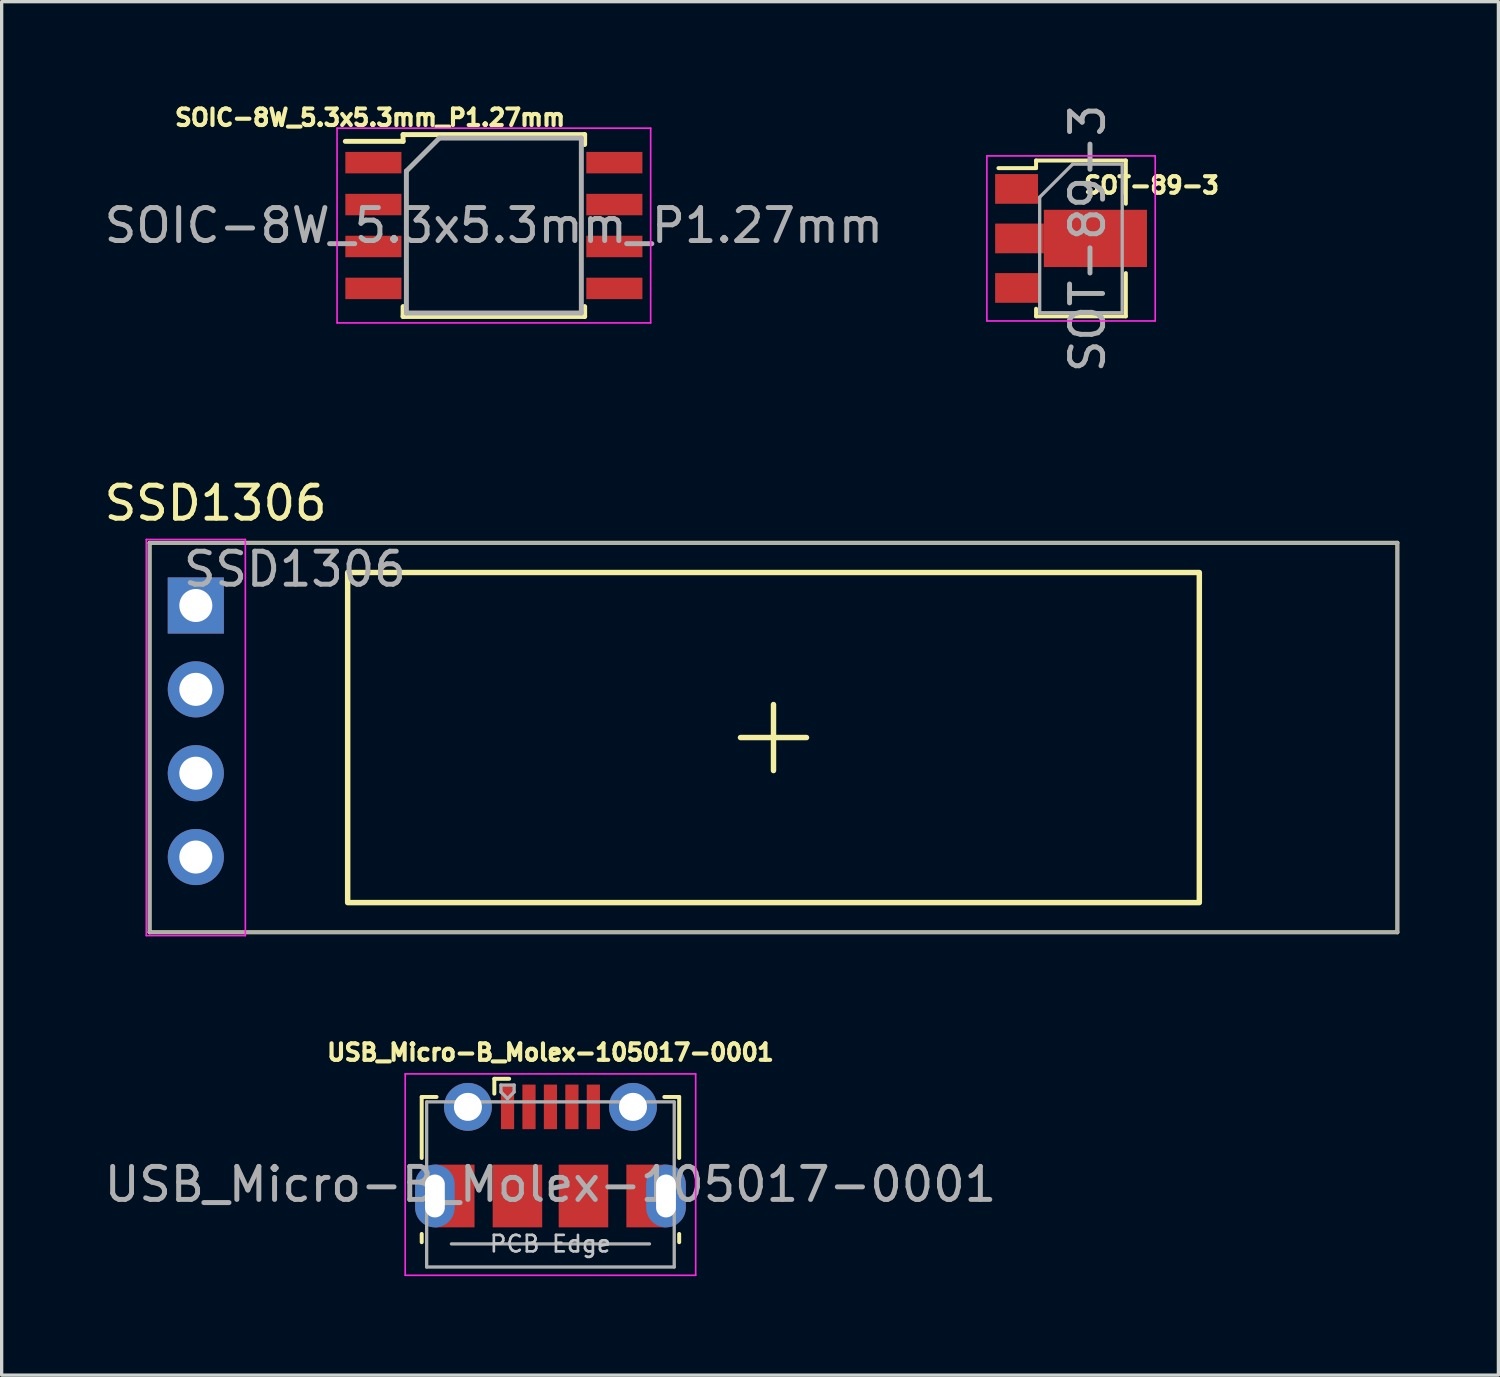
<source format=kicad_pcb>
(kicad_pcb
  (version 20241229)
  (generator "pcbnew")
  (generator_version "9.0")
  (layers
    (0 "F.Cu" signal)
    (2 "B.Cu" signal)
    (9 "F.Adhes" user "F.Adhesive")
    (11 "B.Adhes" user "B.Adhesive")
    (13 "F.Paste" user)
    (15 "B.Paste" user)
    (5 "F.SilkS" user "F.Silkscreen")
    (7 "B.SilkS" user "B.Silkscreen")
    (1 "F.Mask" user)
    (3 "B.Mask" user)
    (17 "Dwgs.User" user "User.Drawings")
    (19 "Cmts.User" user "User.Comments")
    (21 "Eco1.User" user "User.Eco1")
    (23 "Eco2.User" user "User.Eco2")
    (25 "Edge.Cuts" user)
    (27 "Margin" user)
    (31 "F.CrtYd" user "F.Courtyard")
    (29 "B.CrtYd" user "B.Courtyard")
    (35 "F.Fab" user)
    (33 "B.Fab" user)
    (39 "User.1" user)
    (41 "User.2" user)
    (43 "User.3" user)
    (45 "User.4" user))
  (footprint "SSD1306"
    (layer "F.Cu")
    (at 2.882 15.293)
    (property "Reference" "SSD1306" (at 0.6 -3.1 0) (layer "F.SilkS") (effects (font (size 1 1) (thickness 0.15))))
    (attr through_hole)
    (fp_line (start -1.4 -1.9) (end 36.4 -1.9) (stroke (width 0.12) (type solid)) (layer "F.SilkS"))
    (fp_line (start -1.4 9.9) (end -1.4 -1.9) (stroke (width 0.12) (type solid)) (layer "F.SilkS"))
    (fp_line (start -1.4 9.9) (end 36.4 9.9) (stroke (width 0.12) (type solid)) (layer "F.SilkS"))
    (fp_line (start 16.5 4) (end 18.5 4) (stroke (width 0.165) (type solid)) (layer "F.SilkS"))
    (fp_line (start 17.5 5) (end 17.5 3) (stroke (width 0.165) (type solid)) (layer "F.SilkS"))
    (fp_line (start 36.4 -1.9) (end 36.4 9.9) (stroke (width 0.12) (type solid)) (layer "F.SilkS"))
    (fp_rect (start 4.6 9) (end 30.4 -1) (stroke (width 0.165) (type solid)) (fill no) (layer "F.SilkS"))
    (fp_line (start -1.5 -2) (end -1.5 10) (stroke (width 0.05) (type solid)) (layer "F.CrtYd"))
    (fp_line (start -1.5 10) (end 1.5 10) (stroke (width 0.05) (type solid)) (layer "F.CrtYd"))
    (fp_line (start 1.5 -2) (end -1.5 -2) (stroke (width 0.05) (type solid)) (layer "F.CrtYd"))
    (fp_line (start 1.5 10) (end 1.5 -2) (stroke (width 0.05) (type solid)) (layer "F.CrtYd"))
    (fp_line (start -1.4 -1.9) (end 36.4 -1.9) (stroke (width 0.1) (type solid)) (layer "F.Fab"))
    (fp_line (start -1.4 9.9) (end -1.4 -1.9) (stroke (width 0.1) (type solid)) (layer "F.Fab"))
    (fp_line (start 36.4 -1.9) (end 36.4 9.9) (stroke (width 0.1) (type solid)) (layer "F.Fab"))
    (fp_line (start 36.4 9.9) (end -1.4 9.9) (stroke (width 0.1) (type solid)) (layer "F.Fab"))
    (fp_text user "${REFERENCE}" (at 3 -1.1 0) (layer "F.Fab") (effects (font (size 1 1) (thickness 0.15))))
    (pad "1" thru_hole rect (at 0 0) (size 1.7 1.7) (drill 1) (layers "*.Cu" "*.Mask"))
    (pad "2" thru_hole oval (at 0 2.54) (size 1.7 1.7) (drill 1) (layers "*.Cu" "*.Mask"))
    (pad "3" thru_hole oval (at 0 5.08) (size 1.7 1.7) (drill 1) (layers "*.Cu" "*.Mask"))
    (pad "4" thru_hole oval (at 0 7.62) (size 1.7 1.7) (drill 1) (layers "*.Cu" "*.Mask")))
  (footprint "SOIC-8W_5.3x5.3mm_P1.27mm"
    (layer "F.Cu")
    (at 11.911 3.782)
    (property "Reference" "SOIC-8W_5.3x5.3mm_P1.27mm" (at -3.75 -3.27 0) (unlocked yes) (layer "F.SilkS") (effects (font (size 0.5 0.5) (thickness 0.125))))
    (attr smd)
    (fp_line (start -2.75 -2.755) (end -2.75 -2.55) (stroke (width 0.15) (type solid)) (layer "F.SilkS"))
    (fp_line (start -2.75 -2.755) (end 2.75 -2.755) (stroke (width 0.15) (type solid)) (layer "F.SilkS"))
    (fp_line (start -2.75 -2.55) (end -4.5 -2.55) (stroke (width 0.15) (type solid)) (layer "F.SilkS"))
    (fp_line (start -2.75 2.755) (end -2.75 2.455) (stroke (width 0.15) (type solid)) (layer "F.SilkS"))
    (fp_line (start -2.75 2.755) (end 2.75 2.755) (stroke (width 0.15) (type solid)) (layer "F.SilkS"))
    (fp_line (start 2.75 -2.755) (end 2.75 -2.455) (stroke (width 0.15) (type solid)) (layer "F.SilkS"))
    (fp_line (start 2.75 2.755) (end 2.75 2.455) (stroke (width 0.15) (type solid)) (layer "F.SilkS"))
    (fp_line (start -4.75 -2.95) (end -4.75 2.95) (stroke (width 0.05) (type solid)) (layer "F.CrtYd"))
    (fp_line (start -4.75 -2.95) (end 4.75 -2.95) (stroke (width 0.05) (type solid)) (layer "F.CrtYd"))
    (fp_line (start -4.75 2.95) (end 4.75 2.95) (stroke (width 0.05) (type solid)) (layer "F.CrtYd"))
    (fp_line (start 4.75 -2.95) (end 4.75 2.95) (stroke (width 0.05) (type solid)) (layer "F.CrtYd"))
    (fp_line (start -2.65 -1.65) (end -1.65 -2.65) (stroke (width 0.15) (type solid)) (layer "F.Fab"))
    (fp_line (start -2.65 2.65) (end -2.65 -1.65) (stroke (width 0.15) (type solid)) (layer "F.Fab"))
    (fp_line (start -1.65 -2.65) (end 2.65 -2.65) (stroke (width 0.15) (type solid)) (layer "F.Fab"))
    (fp_line (start 2.65 -2.65) (end 2.65 2.65) (stroke (width 0.15) (type solid)) (layer "F.Fab"))
    (fp_line (start 2.65 2.65) (end -2.65 2.65) (stroke (width 0.15) (type solid)) (layer "F.Fab"))
    (fp_text user "${REFERENCE}" (at 0 0 0) (layer "F.Fab") (effects (font (size 1 1) (thickness 0.15))))
    (pad "1" smd rect (at -3.65 -1.905) (size 1.7 0.65) (layers "F.Cu" "F.Mask" "F.Paste"))
    (pad "2" smd rect (at -3.65 -0.635) (size 1.7 0.65) (layers "F.Cu" "F.Mask" "F.Paste"))
    (pad "3" smd rect (at -3.65 0.635) (size 1.7 0.65) (layers "F.Cu" "F.Mask" "F.Paste"))
    (pad "4" smd rect (at -3.65 1.905) (size 1.7 0.65) (layers "F.Cu" "F.Mask" "F.Paste"))
    (pad "5" smd rect (at 3.65 1.905) (size 1.7 0.65) (layers "F.Cu" "F.Mask" "F.Paste"))
    (pad "6" smd rect (at 3.65 0.635) (size 1.7 0.65) (layers "F.Cu" "F.Mask" "F.Paste"))
    (pad "7" smd rect (at 3.65 -0.635) (size 1.7 0.65) (layers "F.Cu" "F.Mask" "F.Paste"))
    (pad "8" smd rect (at 3.65 -1.905) (size 1.7 0.65) (layers "F.Cu" "F.Mask" "F.Paste")))
  (footprint "USB_Micro-B_Molex-105017-0001"
    (layer "F.Cu")
    (at 13.625 31.943)
    (property "Reference" "USB_Micro-B_Molex-105017-0001" (at 0 -3.112 0) (unlocked yes) (layer "F.SilkS") (effects (font (size 0.5 0.5) (thickness 0.125))))
    (attr through_hole)
    (fp_line (start -3.9 -1.762) (end -3.45 -1.762) (stroke (width 0.12) (type solid)) (layer "F.SilkS"))
    (fp_line (start -3.9 0.087) (end -3.9 -1.762) (stroke (width 0.12) (type solid)) (layer "F.SilkS"))
    (fp_line (start -3.9 2.638) (end -3.9 2.388) (stroke (width 0.12) (type solid)) (layer "F.SilkS"))
    (fp_line (start -1.7 -2.312) (end -1.7 -1.863) (stroke (width 0.12) (type solid)) (layer "F.SilkS"))
    (fp_line (start -1.7 -2.312) (end -1.25 -2.312) (stroke (width 0.12) (type solid)) (layer "F.SilkS"))
    (fp_line (start 3.9 -1.762) (end 3.45 -1.762) (stroke (width 0.12) (type solid)) (layer "F.SilkS"))
    (fp_line (start 3.9 0.087) (end 3.9 -1.762) (stroke (width 0.12) (type solid)) (layer "F.SilkS"))
    (fp_line (start 3.9 2.638) (end 3.9 2.388) (stroke (width 0.12) (type solid)) (layer "F.SilkS"))
    (fp_line (start -4.4 -2.46) (end 4.4 -2.46) (stroke (width 0.05) (type solid)) (layer "F.CrtYd"))
    (fp_line (start -4.4 3.64) (end -4.4 -2.46) (stroke (width 0.05) (type solid)) (layer "F.CrtYd"))
    (fp_line (start -4.4 3.64) (end 4.4 3.64) (stroke (width 0.05) (type solid)) (layer "F.CrtYd"))
    (fp_line (start 4.4 -2.46) (end 4.4 3.64) (stroke (width 0.05) (type solid)) (layer "F.CrtYd"))
    (fp_line (start -3.75 -1.613) (end 3.75 -1.613) (stroke (width 0.1) (type solid)) (layer "F.Fab"))
    (fp_line (start -3.75 3.388) (end -3.75 -1.613) (stroke (width 0.1) (type solid)) (layer "F.Fab"))
    (fp_line (start -3.75 3.389) (end 3.75 3.389) (stroke (width 0.1) (type solid)) (layer "F.Fab"))
    (fp_line (start -3 2.689) (end 3 2.689) (stroke (width 0.1) (type solid)) (layer "F.Fab"))
    (fp_line (start -1.5 -2.123) (end -1.5 -1.913) (stroke (width 0.1) (type solid)) (layer "F.Fab"))
    (fp_line (start -1.5 -2.123) (end -1.1 -2.123) (stroke (width 0.1) (type solid)) (layer "F.Fab"))
    (fp_line (start -1.3 -1.712) (end -1.5 -1.913) (stroke (width 0.1) (type solid)) (layer "F.Fab"))
    (fp_line (start -1.1 -2.123) (end -1.1 -1.913) (stroke (width 0.1) (type solid)) (layer "F.Fab"))
    (fp_line (start -1.1 -1.913) (end -1.3 -1.712) (stroke (width 0.1) (type solid)) (layer "F.Fab"))
    (fp_line (start 3.75 3.388) (end 3.75 -1.613) (stroke (width 0.1) (type solid)) (layer "F.Fab"))
    (fp_text user "PCB Edge" (at 0 2.688 0) (layer "Dwgs.User") (effects (font (size 0.5 0.5) (thickness 0.08))))
    (fp_text user "${REFERENCE}" (at 0 0.887 0) (layer "F.Fab") (effects (font (size 1 1) (thickness 0.15))))
    (pad "1" smd rect (at -1.3 -1.462) (size 0.4 1.35) (layers "F.Cu" "F.Mask" "F.Paste"))
    (pad "2" smd rect (at -0.65 -1.462) (size 0.4 1.35) (layers "F.Cu" "F.Mask" "F.Paste"))
    (pad "3" smd rect (at 0 -1.462) (size 0.4 1.35) (layers "F.Cu" "F.Mask" "F.Paste"))
    (pad "4" smd rect (at 0.65 -1.462) (size 0.4 1.35) (layers "F.Cu" "F.Mask" "F.Paste"))
    (pad "5" smd rect (at 1.3 -1.462) (size 0.4 1.35) (layers "F.Cu" "F.Mask" "F.Paste"))
    (pad "6" thru_hole oval (at -3.5 1.238 180) (size 1.2 1.9) (drill oval 0.6 1.3) (layers "*.Cu" "*.Mask"))
    (pad "6" smd rect (at -2.9 1.238) (size 1.2 1.9) (layers "F.Cu" "F.Mask"))
    (pad "6" thru_hole circle (at -2.5 -1.462) (size 1.45 1.45) (drill 0.85) (layers "*.Cu" "*.Mask"))
    (pad "6" smd rect (at -1 1.238) (size 1.5 1.9) (layers "F.Cu" "F.Mask" "F.Paste"))
    (pad "6" smd rect (at 1 1.238) (size 1.5 1.9) (layers "F.Cu" "F.Mask" "F.Paste"))
    (pad "6" thru_hole circle (at 2.5 -1.462) (size 1.45 1.45) (drill 0.85) (layers "*.Cu" "*.Mask"))
    (pad "6" smd rect (at 2.9 1.238) (size 1.2 1.9) (layers "F.Cu" "F.Mask"))
    (pad "6" thru_hole oval (at 3.5 1.238) (size 1.2 1.9) (drill oval 0.6 1.3) (layers "*.Cu" "*.Mask")))
  (footprint "SOT-89-3"
    (layer "F.Cu")
    (at 29.396 4.173)
    (property "Reference" "SOT-89-3" (at 2.44 -1.61 0) (unlocked yes) (layer "F.SilkS") (effects (font (size 0.5 0.5) (thickness 0.15))))
    (attr smd)
    (fp_line (start -2.2 -2.13) (end -1.06 -2.13) (stroke (width 0.12) (type solid)) (layer "F.SilkS"))
    (fp_line (start -1.06 -2.36) (end -1.06 -2.13) (stroke (width 0.12) (type solid)) (layer "F.SilkS"))
    (fp_line (start -1.06 -2.36) (end 1.66 -2.36) (stroke (width 0.12) (type solid)) (layer "F.SilkS"))
    (fp_line (start -1.06 2.36) (end -1.06 2.13) (stroke (width 0.12) (type solid)) (layer "F.SilkS"))
    (fp_line (start 1.66 -2.36) (end 1.66 -1.05) (stroke (width 0.12) (type solid)) (layer "F.SilkS"))
    (fp_line (start 1.66 1.05) (end 1.66 2.36) (stroke (width 0.12) (type solid)) (layer "F.SilkS"))
    (fp_line (start 1.66 2.36) (end -1.06 2.36) (stroke (width 0.12) (type solid)) (layer "F.SilkS"))
    (fp_line (start -2.55 2.5) (end -2.55 -2.5) (stroke (width 0.05) (type solid)) (layer "F.CrtYd"))
    (fp_line (start -2.55 2.5) (end 2.55 2.5) (stroke (width 0.05) (type solid)) (layer "F.CrtYd"))
    (fp_line (start 2.55 -2.5) (end -2.55 -2.5) (stroke (width 0.05) (type solid)) (layer "F.CrtYd"))
    (fp_line (start 2.55 -2.5) (end 2.55 2.5) (stroke (width 0.05) (type solid)) (layer "F.CrtYd"))
    (fp_line (start -0.95 -1.25) (end 0.05 -2.25) (stroke (width 0.1) (type solid)) (layer "F.Fab"))
    (fp_line (start -0.95 2.25) (end -0.95 -1.25) (stroke (width 0.1) (type solid)) (layer "F.Fab"))
    (fp_line (start 0.05 -2.25) (end 1.55 -2.25) (stroke (width 0.1) (type solid)) (layer "F.Fab"))
    (fp_line (start 1.55 -2.25) (end 1.55 2.25) (stroke (width 0.1) (type solid)) (layer "F.Fab"))
    (fp_line (start 1.55 2.25) (end -0.95 2.25) (stroke (width 0.1) (type solid)) (layer "F.Fab"))
    (fp_text user "${REFERENCE}" (at 0.5 0 90) (layer "F.Fab") (effects (font (size 1 1) (thickness 0.15))))
    (pad "1" smd rect (at -1.65 -1.5) (size 1.3 0.9) (layers "F.Cu" "F.Mask" "F.Paste"))
    (pad "2" smd custom (at -1.562 0) (size 1.475 0.9) (layers "F.Cu" "F.Mask" "F.Paste") (options (anchor rect)) (primitives (gr_poly (pts (xy 3.862 0.867) (xy 0.738 0.867) (xy 0.738 -0.867) (xy 3.862 -0.867)) (width 0) (fill yes))))
    (pad "3" smd rect (at -1.65 1.5) (size 1.3 0.9) (layers "F.Cu" "F.Mask" "F.Paste")))
  (gr_rect
    (start -3 -3)
    (end 42.342 38.608)
    (stroke (width 0.1) (type default))
    (fill no)
    (layer "Edge.Cuts")))
</source>
